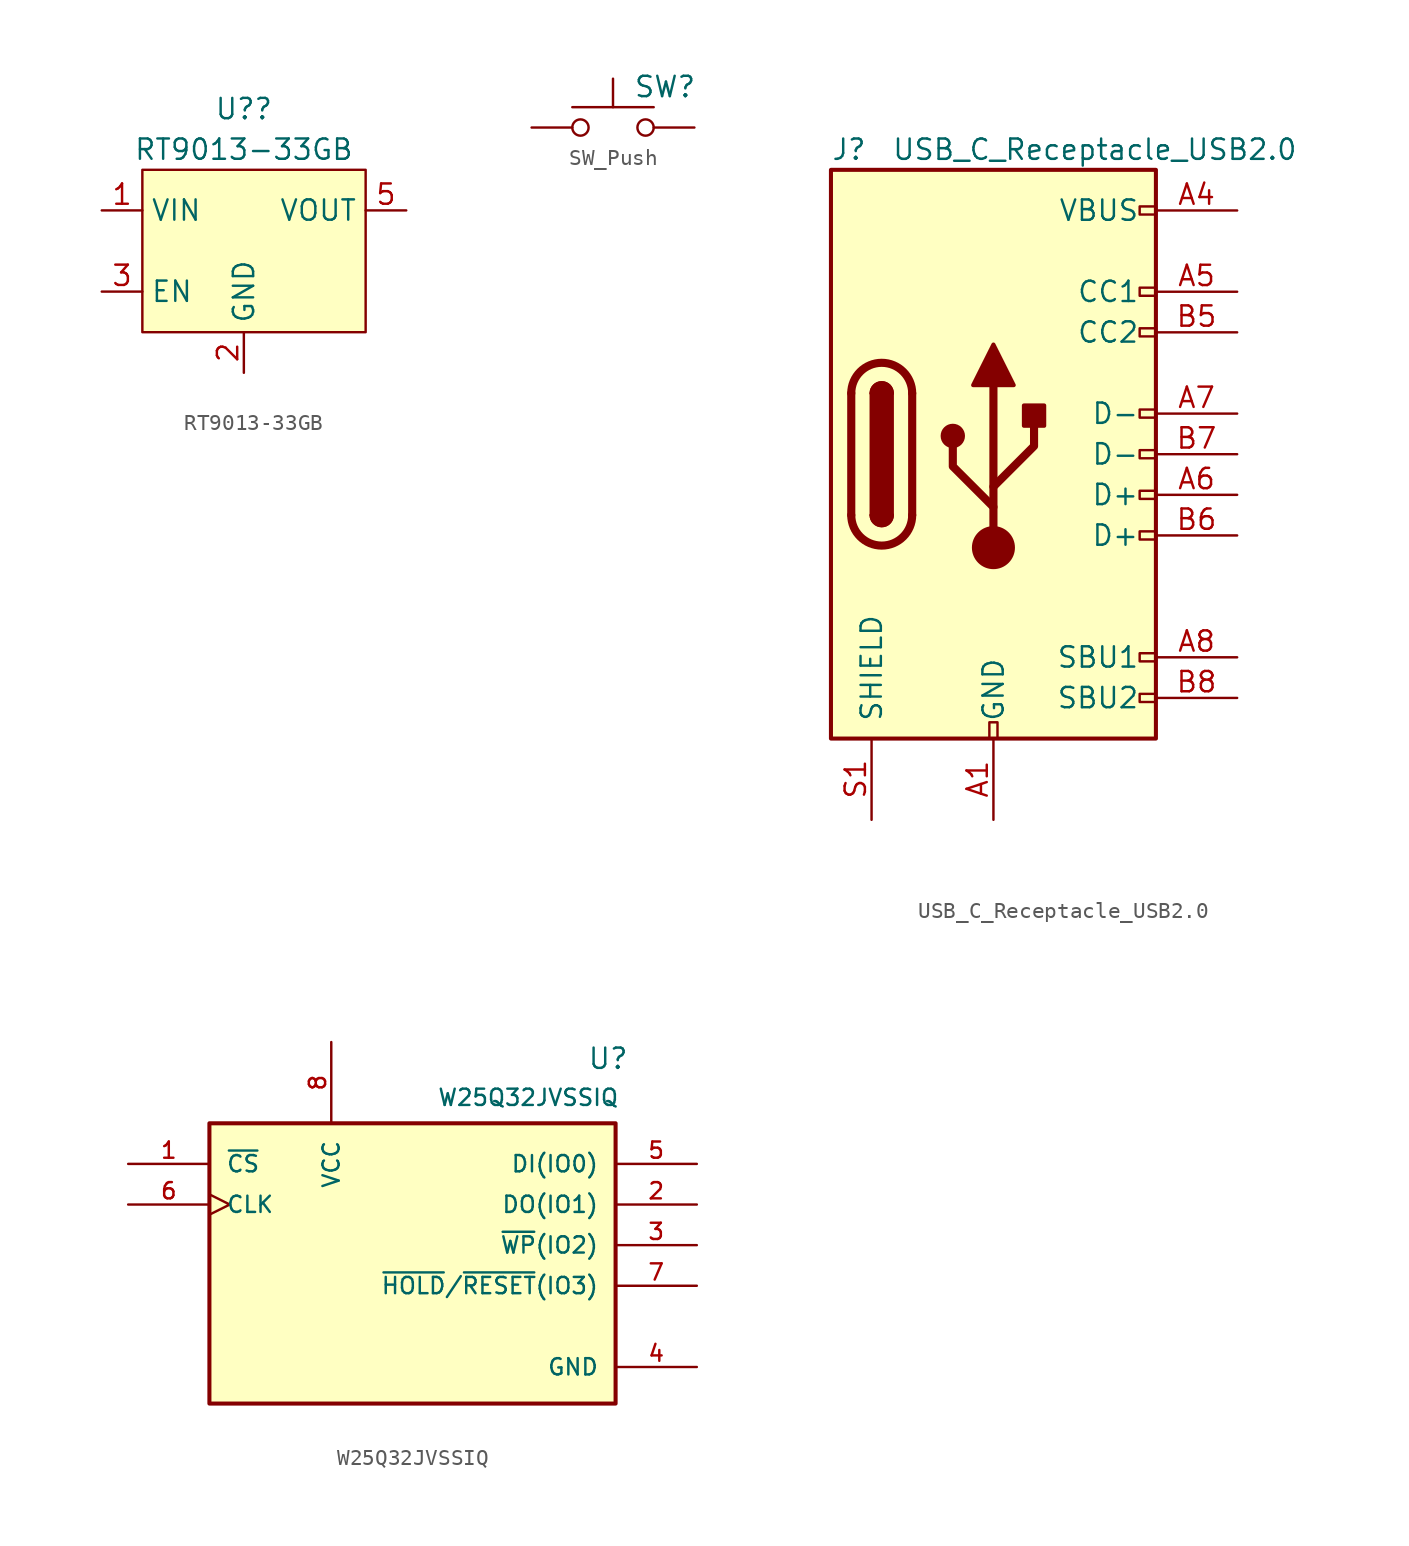
<source format=kicad_sym>
(kicad_symbol_lib
  (version 20241209)
  (generator "kicad_symbol_editor")
  (generator_version "9.0")
  (symbol "RT9013-33GB"
    (property "Reference" "U?"
      (at 0 8.89 0)
      (effects (font (size 1.27 1.27))))
    (property "Value" "RT9013-33GB"
      (at 0 6.35 0)
      (effects (font (size 1.27 1.27))))
    (symbol "RT9013-33GB_0_0"
      (pin no_connect non_logic (at 10.16 -2.54 180) (length 2.54) (hide yes) (name "NC" (effects (font (size 1.27 1.27)))) (number "4" (effects (font (size 1.27 1.27))))))
    (symbol "RT9013-33GB_0_1"
      (rectangle (start -6.35 5.08) (end 7.62 -5.08) (stroke (width 0) (type default)) (fill (type background))))
    (symbol "RT9013-33GB_1_1"
      (pin power_in line (at -8.89 2.54 0) (length 2.54) (name "VIN" (effects (font (size 1.27 1.27)))) (number "1" (effects (font (size 1.27 1.27)))))
      (pin input line (at -8.89 -2.54 0) (length 2.54) (name "EN" (effects (font (size 1.27 1.27)))) (number "3" (effects (font (size 1.27 1.27)))))
      (pin power_in line (at 0 -7.62 90) (length 2.54) (name "GND" (effects (font (size 1.27 1.27)))) (number "2" (effects (font (size 1.27 1.27)))))
      (pin power_out line (at 10.16 2.54 180) (length 2.54) (name "VOUT" (effects (font (size 1.27 1.27)))) (number "5" (effects (font (size 1.27 1.27)))))))
  (symbol "SW_Push"
    (pin_numbers
      (hide yes))
    (pin_names
      (offset 1.016)
      (hide yes))
    (property "Reference" "SW"
      (at 1.27 2.54 0)
      (effects (font (size 1.27 1.27)) (justify left)))
    (symbol "SW_Push_0_1"
      (circle (center -2.032 0) (radius 0.508) (stroke (width 0) (type default)) (fill (type none)))
      (polyline (pts (xy 0 1.27) (xy 0 3.048)) (stroke (width 0) (type default)) (fill (type none)))
      (circle (center 2.032 0) (radius 0.508) (stroke (width 0) (type default)) (fill (type none)))
      (polyline (pts (xy 2.54 1.27) (xy -2.54 1.27)) (stroke (width 0) (type default)) (fill (type none)))
      (pin passive line (at -5.08 0 0) (length 2.54) (name "1" (effects (font (size 1.27 1.27)))) (number "1" (effects (font (size 1.27 1.27)))))
      (pin passive line (at 5.08 0 180) (length 2.54) (name "2" (effects (font (size 1.27 1.27)))) (number "2" (effects (font (size 1.27 1.27)))))))
  (symbol "USB_C_Receptacle_USB2.0"
    (pin_names
      (offset 1.016))
    (property "Reference" "J"
      (at -10.16 19.05 0)
      (effects (font (size 1.27 1.27)) (justify left)))
    (property "Value" "USB_C_Receptacle_USB2.0"
      (at 19.05 19.05 0)
      (effects (font (size 1.27 1.27)) (justify right)))
    (symbol "USB_C_Receptacle_USB2.0_0_0"
      (rectangle (start -0.254 -17.78) (end 0.254 -16.764) (stroke (width 0) (type default)) (fill (type none)))
      (rectangle (start 10.16 15.494) (end 9.144 14.986) (stroke (width 0) (type default)) (fill (type none)))
      (rectangle (start 10.16 10.414) (end 9.144 9.906) (stroke (width 0) (type default)) (fill (type none)))
      (rectangle (start 10.16 7.874) (end 9.144 7.366) (stroke (width 0) (type default)) (fill (type none)))
      (rectangle (start 10.16 2.794) (end 9.144 2.286) (stroke (width 0) (type default)) (fill (type none)))
      (rectangle (start 10.16 0.254) (end 9.144 -0.254) (stroke (width 0) (type default)) (fill (type none)))
      (rectangle (start 10.16 -2.286) (end 9.144 -2.794) (stroke (width 0) (type default)) (fill (type none)))
      (rectangle (start 10.16 -4.826) (end 9.144 -5.334) (stroke (width 0) (type default)) (fill (type none)))
      (rectangle (start 10.16 -12.446) (end 9.144 -12.954) (stroke (width 0) (type default)) (fill (type none)))
      (rectangle (start 10.16 -14.986) (end 9.144 -15.494) (stroke (width 0) (type default)) (fill (type none))))
    (symbol "USB_C_Receptacle_USB2.0_0_1"
      (rectangle (start -10.16 17.78) (end 10.16 -17.78) (stroke (width 0.254) (type default)) (fill (type background)))
      (polyline (pts (xy -8.89 -3.81) (xy -8.89 3.81)) (stroke (width 0.508) (type default)) (fill (type none)))
      (rectangle (start -7.62 -3.81) (end -6.35 3.81) (stroke (width 0.254) (type default)) (fill (type outline)))
      (arc (start -7.62 3.81) (mid -6.985 4.4422) (end -6.35 3.81) (stroke (width 0.254) (type default)) (fill (type none)))
      (arc (start -7.62 3.81) (mid -6.985 4.4422) (end -6.35 3.81) (stroke (width 0.254) (type default)) (fill (type outline)))
      (arc (start -8.89 3.81) (mid -6.985 5.7066) (end -5.08 3.81) (stroke (width 0.508) (type default)) (fill (type none)))
      (arc (start -5.08 -3.81) (mid -6.985 -5.7066) (end -8.89 -3.81) (stroke (width 0.508) (type default)) (fill (type none)))
      (arc (start -6.35 -3.81) (mid -6.985 -4.4422) (end -7.62 -3.81) (stroke (width 0.254) (type default)) (fill (type none)))
      (arc (start -6.35 -3.81) (mid -6.985 -4.4422) (end -7.62 -3.81) (stroke (width 0.254) (type default)) (fill (type outline)))
      (polyline (pts (xy -5.08 3.81) (xy -5.08 -3.81)) (stroke (width 0.508) (type default)) (fill (type none)))
      (circle (center -2.54 1.143) (radius 0.635) (stroke (width 0.254) (type default)) (fill (type outline)))
      (polyline (pts (xy -1.27 4.318) (xy 0 6.858) (xy 1.27 4.318) (xy -1.27 4.318)) (stroke (width 0.254) (type default)) (fill (type outline)))
      (polyline (pts (xy 0 -2.032) (xy 2.54 0.508) (xy 2.54 1.778)) (stroke (width 0.508) (type default)) (fill (type none)))
      (polyline (pts (xy 0 -3.302) (xy -2.54 -0.762) (xy -2.54 0.508)) (stroke (width 0.508) (type default)) (fill (type none)))
      (polyline (pts (xy 0 -5.842) (xy 0 4.318)) (stroke (width 0.508) (type default)) (fill (type none)))
      (circle (center 0 -5.842) (radius 1.27) (stroke (width 0) (type default)) (fill (type outline)))
      (rectangle (start 1.905 1.778) (end 3.175 3.048) (stroke (width 0.254) (type default)) (fill (type outline))))
    (symbol "USB_C_Receptacle_USB2.0_1_1"
      (pin passive line (at -7.62 -22.86 90) (length 5.08) (name "SHIELD" (effects (font (size 1.27 1.27)))) (number "S1" (effects (font (size 1.27 1.27)))))
      (pin passive line (at 0 -22.86 90) (length 5.08) (name "GND" (effects (font (size 1.27 1.27)))) (number "A1" (effects (font (size 1.27 1.27)))))
      (pin passive line (at 0 -22.86 90) (length 5.08) (hide yes) (name "GND" (effects (font (size 1.27 1.27)))) (number "A12" (effects (font (size 1.27 1.27)))))
      (pin passive line (at 0 -22.86 90) (length 5.08) (hide yes) (name "GND" (effects (font (size 1.27 1.27)))) (number "B1" (effects (font (size 1.27 1.27)))))
      (pin passive line (at 0 -22.86 90) (length 5.08) (hide yes) (name "GND" (effects (font (size 1.27 1.27)))) (number "B12" (effects (font (size 1.27 1.27)))))
      (pin passive line (at 15.24 15.24 180) (length 5.08) (name "VBUS" (effects (font (size 1.27 1.27)))) (number "A4" (effects (font (size 1.27 1.27)))))
      (pin passive line (at 15.24 15.24 180) (length 5.08) (hide yes) (name "VBUS" (effects (font (size 1.27 1.27)))) (number "A9" (effects (font (size 1.27 1.27)))))
      (pin passive line (at 15.24 15.24 180) (length 5.08) (hide yes) (name "VBUS" (effects (font (size 1.27 1.27)))) (number "B4" (effects (font (size 1.27 1.27)))))
      (pin passive line (at 15.24 15.24 180) (length 5.08) (hide yes) (name "VBUS" (effects (font (size 1.27 1.27)))) (number "B9" (effects (font (size 1.27 1.27)))))
      (pin bidirectional line (at 15.24 10.16 180) (length 5.08) (name "CC1" (effects (font (size 1.27 1.27)))) (number "A5" (effects (font (size 1.27 1.27)))))
      (pin bidirectional line (at 15.24 7.62 180) (length 5.08) (name "CC2" (effects (font (size 1.27 1.27)))) (number "B5" (effects (font (size 1.27 1.27)))))
      (pin bidirectional line (at 15.24 2.54 180) (length 5.08) (name "D-" (effects (font (size 1.27 1.27)))) (number "A7" (effects (font (size 1.27 1.27)))))
      (pin bidirectional line (at 15.24 0 180) (length 5.08) (name "D-" (effects (font (size 1.27 1.27)))) (number "B7" (effects (font (size 1.27 1.27)))))
      (pin bidirectional line (at 15.24 -2.54 180) (length 5.08) (name "D+" (effects (font (size 1.27 1.27)))) (number "A6" (effects (font (size 1.27 1.27)))))
      (pin bidirectional line (at 15.24 -5.08 180) (length 5.08) (name "D+" (effects (font (size 1.27 1.27)))) (number "B6" (effects (font (size 1.27 1.27)))))
      (pin bidirectional line (at 15.24 -12.7 180) (length 5.08) (name "SBU1" (effects (font (size 1.27 1.27)))) (number "A8" (effects (font (size 1.27 1.27)))))
      (pin bidirectional line (at 15.24 -15.24 180) (length 5.08) (name "SBU2" (effects (font (size 1.27 1.27)))) (number "B8" (effects (font (size 1.27 1.27)))))))
  (symbol "W25Q32JVSSIQ"
    (pin_names
      (offset 1.016))
    (property "Reference" "U"
      (at 10.922 13.462 0)
      (effects (font (size 1.27 1.27)) (justify left bottom)))
    (property "Value" "W25Q32JVSSIQ"
      (at 1.524 11.176 0)
      (effects (font (size 1.016 1.016)) (justify left bottom)))
    (symbol "W25Q32JVSSIQ_0_0"
      (rectangle (start -12.7 10.16) (end 12.7 -7.366) (stroke (width 0.254) (type default)) (fill (type background)))
      (pin input line (at -17.78 7.62 0) (length 5.08) (name "~{CS}" (effects (font (size 1.016 1.016)))) (number "1" (effects (font (size 1.016 1.016)))))
      (pin input clock (at -17.78 5.08 0) (length 5.08) (name "CLK" (effects (font (size 1.016 1.016)))) (number "6" (effects (font (size 1.016 1.016)))))
      (pin power_in line (at -5.08 15.24 270) (length 5.08) (name "VCC" (effects (font (size 1.016 1.016)))) (number "8" (effects (font (size 1.016 1.016)))))
      (pin bidirectional line (at 17.78 7.62 180) (length 5.08) (name "DI(IO0)" (effects (font (size 1.016 1.016)))) (number "5" (effects (font (size 1.016 1.016)))))
      (pin bidirectional line (at 17.78 5.08 180) (length 5.08) (name "DO(IO1)" (effects (font (size 1.016 1.016)))) (number "2" (effects (font (size 1.016 1.016)))))
      (pin bidirectional line (at 17.78 2.54 180) (length 5.08) (name "~{WP}(IO2)" (effects (font (size 1.016 1.016)))) (number "3" (effects (font (size 1.016 1.016)))))
      (pin bidirectional line (at 17.78 0 180) (length 5.08) (name "~{HOLD}/~{RESET}(IO3)" (effects (font (size 1.016 1.016)))) (number "7" (effects (font (size 1.016 1.016))))))
    (symbol "W25Q32JVSSIQ_1_0"
      (pin power_in line (at 17.78 -5.08 180) (length 5.08) (name "GND" (effects (font (size 1.016 1.016)))) (number "4" (effects (font (size 1.016 1.016))))))))
</source>
